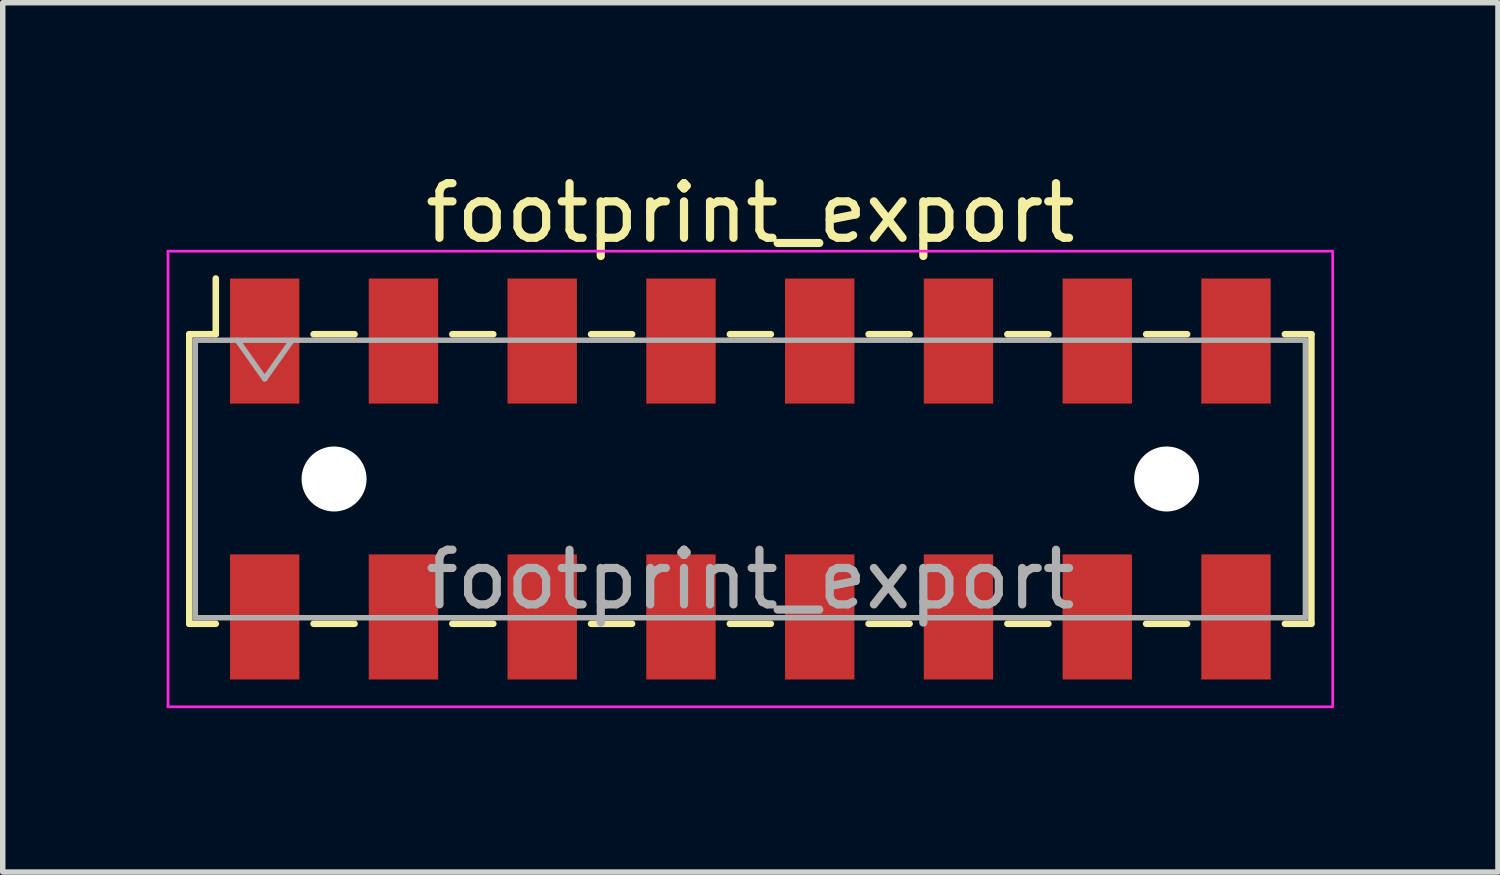
<source format=kicad_pcb>
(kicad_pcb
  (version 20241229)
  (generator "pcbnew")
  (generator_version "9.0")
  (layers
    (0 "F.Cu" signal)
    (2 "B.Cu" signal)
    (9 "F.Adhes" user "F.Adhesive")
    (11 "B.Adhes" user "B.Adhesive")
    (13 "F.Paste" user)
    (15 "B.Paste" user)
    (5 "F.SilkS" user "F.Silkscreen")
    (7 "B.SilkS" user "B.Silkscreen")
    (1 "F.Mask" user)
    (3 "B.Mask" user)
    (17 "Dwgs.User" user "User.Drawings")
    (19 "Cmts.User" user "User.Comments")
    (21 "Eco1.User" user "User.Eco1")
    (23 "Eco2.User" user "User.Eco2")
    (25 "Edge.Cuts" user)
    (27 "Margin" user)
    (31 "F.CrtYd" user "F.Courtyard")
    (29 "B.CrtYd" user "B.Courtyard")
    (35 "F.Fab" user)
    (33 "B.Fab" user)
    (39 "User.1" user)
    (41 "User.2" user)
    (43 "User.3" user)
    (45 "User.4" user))
  (footprint "footprint_export"
    (layer "F.Cu")
    (at 10.685 5.718)
    (property "Reference" "footprint_export" (at 0 -4.87 0) (layer "F.SilkS") (effects (font (size 1 1) (thickness 0.15))))
    (attr smd)
    (fp_line (start -10.27 -2.65) (end -10.27 2.65) (stroke (width 0.12) (type solid)) (layer "F.SilkS"))
    (fp_line (start -10.27 2.65) (end -9.785 2.65) (stroke (width 0.12) (type solid)) (layer "F.SilkS"))
    (fp_line (start -9.785 -3.67) (end -9.785 -2.65) (stroke (width 0.12) (type solid)) (layer "F.SilkS"))
    (fp_line (start -9.785 -2.65) (end -10.27 -2.65) (stroke (width 0.12) (type solid)) (layer "F.SilkS"))
    (fp_line (start -7.995 -2.65) (end -7.245 -2.65) (stroke (width 0.12) (type solid)) (layer "F.SilkS"))
    (fp_line (start -7.995 2.65) (end -7.245 2.65) (stroke (width 0.12) (type solid)) (layer "F.SilkS"))
    (fp_line (start -5.455 -2.65) (end -4.705 -2.65) (stroke (width 0.12) (type solid)) (layer "F.SilkS"))
    (fp_line (start -5.455 2.65) (end -4.705 2.65) (stroke (width 0.12) (type solid)) (layer "F.SilkS"))
    (fp_line (start -2.915 -2.65) (end -2.165 -2.65) (stroke (width 0.12) (type solid)) (layer "F.SilkS"))
    (fp_line (start -2.915 2.65) (end -2.165 2.65) (stroke (width 0.12) (type solid)) (layer "F.SilkS"))
    (fp_line (start -0.375 -2.65) (end 0.375 -2.65) (stroke (width 0.12) (type solid)) (layer "F.SilkS"))
    (fp_line (start -0.375 2.65) (end 0.375 2.65) (stroke (width 0.12) (type solid)) (layer "F.SilkS"))
    (fp_line (start 2.165 -2.65) (end 2.915 -2.65) (stroke (width 0.12) (type solid)) (layer "F.SilkS"))
    (fp_line (start 2.165 2.65) (end 2.915 2.65) (stroke (width 0.12) (type solid)) (layer "F.SilkS"))
    (fp_line (start 4.705 -2.65) (end 5.455 -2.65) (stroke (width 0.12) (type solid)) (layer "F.SilkS"))
    (fp_line (start 4.705 2.65) (end 5.455 2.65) (stroke (width 0.12) (type solid)) (layer "F.SilkS"))
    (fp_line (start 7.245 -2.65) (end 7.995 -2.65) (stroke (width 0.12) (type solid)) (layer "F.SilkS"))
    (fp_line (start 7.245 2.65) (end 7.995 2.65) (stroke (width 0.12) (type solid)) (layer "F.SilkS"))
    (fp_line (start 9.785 -2.65) (end 10.27 -2.65) (stroke (width 0.12) (type solid)) (layer "F.SilkS"))
    (fp_line (start 10.27 -2.65) (end 10.27 2.65) (stroke (width 0.12) (type solid)) (layer "F.SilkS"))
    (fp_line (start 10.27 2.65) (end 9.785 2.65) (stroke (width 0.12) (type solid)) (layer "F.SilkS"))
    (fp_line (start -10.66 -4.17) (end 10.66 -4.17) (stroke (width 0.05) (type solid)) (layer "F.CrtYd"))
    (fp_line (start -10.66 4.17) (end -10.66 -4.17) (stroke (width 0.05) (type solid)) (layer "F.CrtYd"))
    (fp_line (start 10.66 -4.17) (end 10.66 4.17) (stroke (width 0.05) (type solid)) (layer "F.CrtYd"))
    (fp_line (start 10.66 4.17) (end -10.66 4.17) (stroke (width 0.05) (type solid)) (layer "F.CrtYd"))
    (fp_line (start -10.16 -2.54) (end 10.16 -2.54) (stroke (width 0.1) (type solid)) (layer "F.Fab"))
    (fp_line (start -10.16 2.54) (end -10.16 -2.54) (stroke (width 0.1) (type solid)) (layer "F.Fab"))
    (fp_line (start -9.39 -2.54) (end -8.89 -1.833) (stroke (width 0.1) (type solid)) (layer "F.Fab"))
    (fp_line (start -8.89 -1.833) (end -8.39 -2.54) (stroke (width 0.1) (type solid)) (layer "F.Fab"))
    (fp_line (start 10.16 -2.54) (end 10.16 2.54) (stroke (width 0.1) (type solid)) (layer "F.Fab"))
    (fp_line (start 10.16 2.54) (end -10.16 2.54) (stroke (width 0.1) (type solid)) (layer "F.Fab"))
    (fp_text user "${REFERENCE}" (at 0 1.84 0) (layer "F.Fab") (effects (font (size 1 1) (thickness 0.15))))
    (pad "" np_thru_hole circle (at -7.62 0) (size 1.19 1.19) (drill 1.19) (layers "*.Cu" "*.Mask"))
    (pad "" np_thru_hole circle (at 7.62 0) (size 1.19 1.19) (drill 1.19) (layers "*.Cu" "*.Mask"))
    (pad "1" smd rect (at -8.89 -2.525) (size 1.27 2.29) (layers "F.Cu" "F.Mask" "F.Paste"))
    (pad "2" smd rect (at -8.89 2.525) (size 1.27 2.29) (layers "F.Cu" "F.Mask" "F.Paste"))
    (pad "3" smd rect (at -6.35 -2.525) (size 1.27 2.29) (layers "F.Cu" "F.Mask" "F.Paste"))
    (pad "4" smd rect (at -6.35 2.525) (size 1.27 2.29) (layers "F.Cu" "F.Mask" "F.Paste"))
    (pad "5" smd rect (at -3.81 -2.525) (size 1.27 2.29) (layers "F.Cu" "F.Mask" "F.Paste"))
    (pad "6" smd rect (at -3.81 2.525) (size 1.27 2.29) (layers "F.Cu" "F.Mask" "F.Paste"))
    (pad "7" smd rect (at -1.27 -2.525) (size 1.27 2.29) (layers "F.Cu" "F.Mask" "F.Paste"))
    (pad "8" smd rect (at -1.27 2.525) (size 1.27 2.29) (layers "F.Cu" "F.Mask" "F.Paste"))
    (pad "9" smd rect (at 1.27 -2.525) (size 1.27 2.29) (layers "F.Cu" "F.Mask" "F.Paste"))
    (pad "10" smd rect (at 1.27 2.525) (size 1.27 2.29) (layers "F.Cu" "F.Mask" "F.Paste"))
    (pad "11" smd rect (at 3.81 -2.525) (size 1.27 2.29) (layers "F.Cu" "F.Mask" "F.Paste"))
    (pad "12" smd rect (at 3.81 2.525) (size 1.27 2.29) (layers "F.Cu" "F.Mask" "F.Paste"))
    (pad "13" smd rect (at 6.35 -2.525) (size 1.27 2.29) (layers "F.Cu" "F.Mask" "F.Paste"))
    (pad "14" smd rect (at 6.35 2.525) (size 1.27 2.29) (layers "F.Cu" "F.Mask" "F.Paste"))
    (pad "15" smd rect (at 8.89 -2.525) (size 1.27 2.29) (layers "F.Cu" "F.Mask" "F.Paste"))
    (pad "16" smd rect (at 8.89 2.525) (size 1.27 2.29) (layers "F.Cu" "F.Mask" "F.Paste")))
  (gr_rect
    (start -3 -3)
    (end 24.37 12.913)
    (stroke (width 0.1) (type default))
    (fill no)
    (layer "Edge.Cuts")))
</source>
